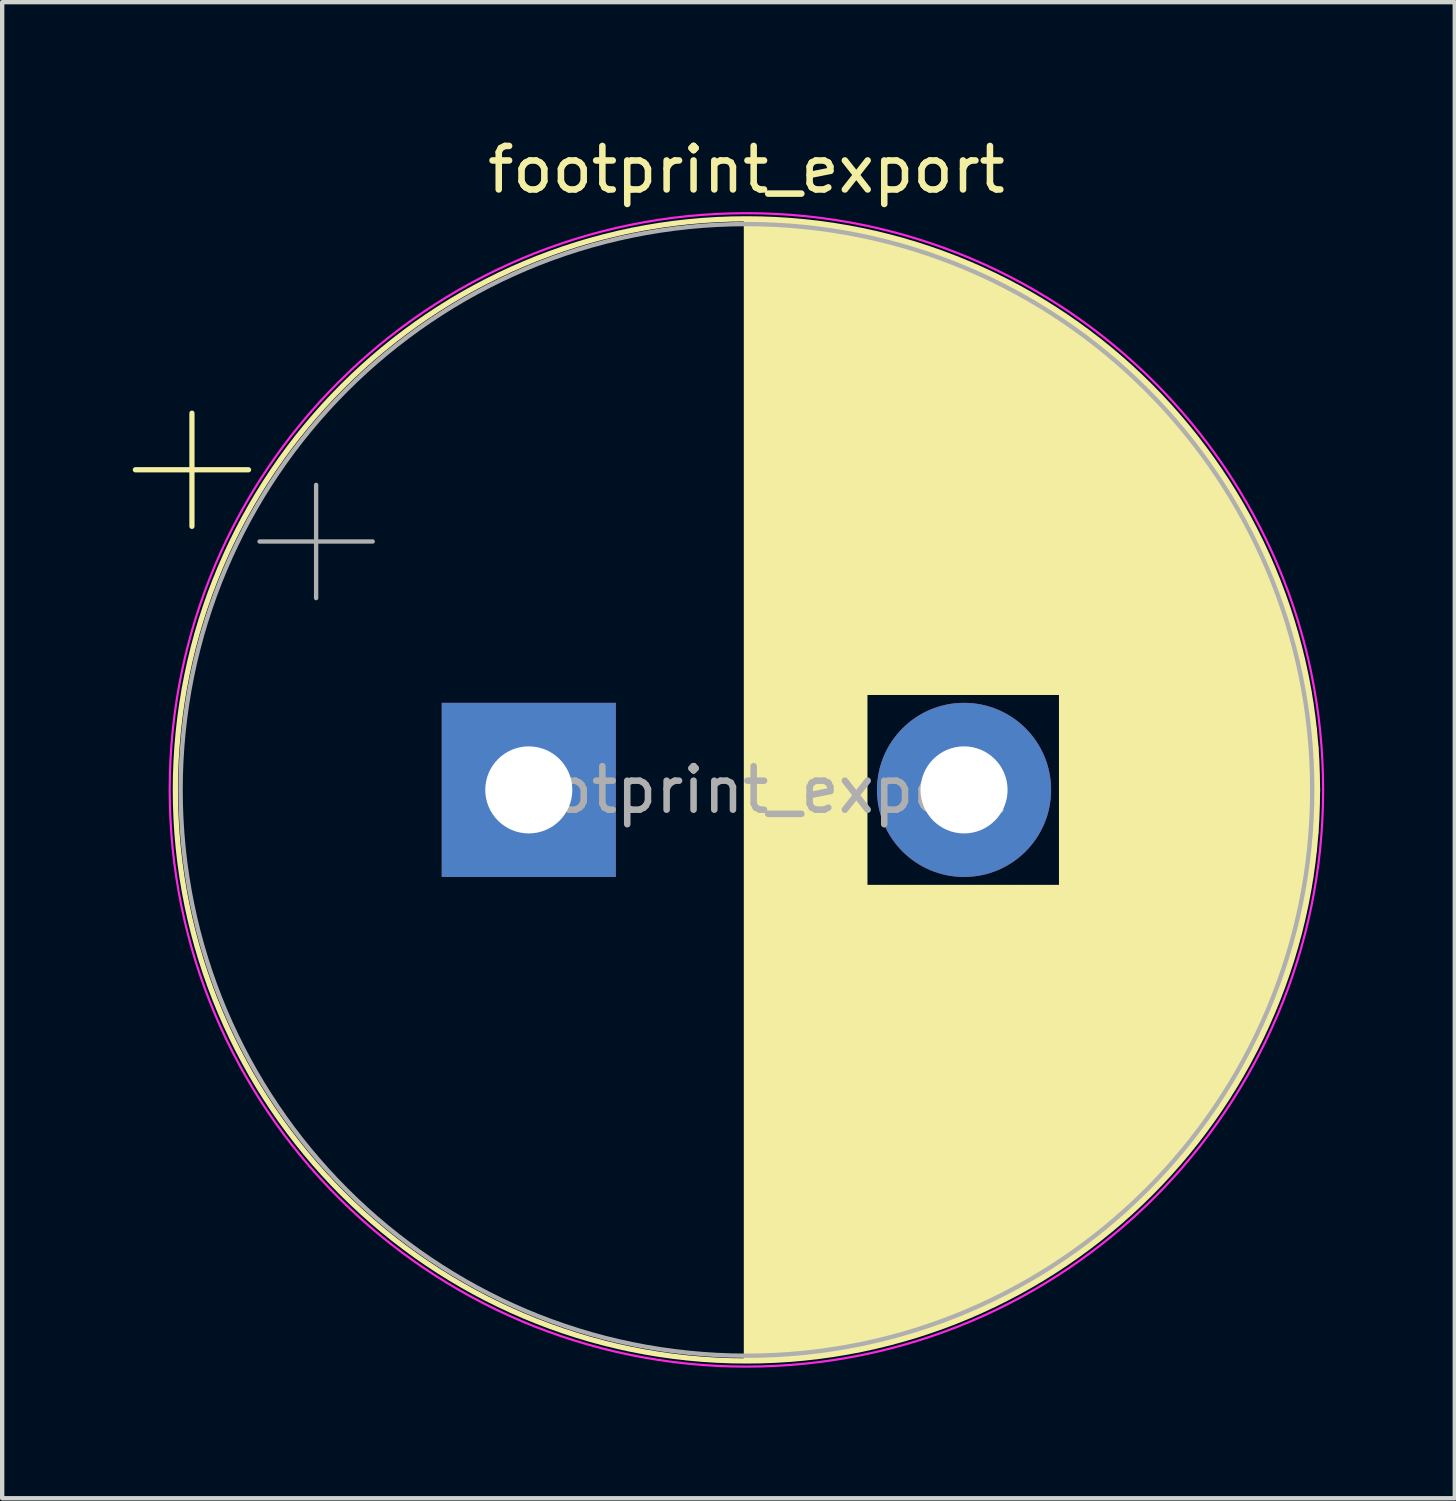
<source format=kicad_pcb>
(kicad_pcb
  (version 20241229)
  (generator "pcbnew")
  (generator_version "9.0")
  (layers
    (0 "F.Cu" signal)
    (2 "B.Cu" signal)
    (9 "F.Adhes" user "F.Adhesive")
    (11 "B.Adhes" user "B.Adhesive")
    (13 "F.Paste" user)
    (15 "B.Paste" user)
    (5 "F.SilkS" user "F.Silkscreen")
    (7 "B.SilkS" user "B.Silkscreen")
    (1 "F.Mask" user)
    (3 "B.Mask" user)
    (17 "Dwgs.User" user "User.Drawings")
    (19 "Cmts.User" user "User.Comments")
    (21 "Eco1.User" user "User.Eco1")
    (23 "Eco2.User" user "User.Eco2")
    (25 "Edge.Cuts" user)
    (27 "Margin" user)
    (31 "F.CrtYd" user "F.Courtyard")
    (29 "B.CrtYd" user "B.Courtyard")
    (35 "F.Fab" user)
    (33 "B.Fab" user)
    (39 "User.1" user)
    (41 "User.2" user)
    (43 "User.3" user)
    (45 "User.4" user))
  (footprint "footprint_export"
    (layer "F.Cu")
    (at 9.099 15.098)
    (property "Reference" "footprint_export" (at 5 -14.25 0) (layer "F.SilkS") (effects (font (size 1 1) (thickness 0.15))))
    (attr through_hole)
    (fp_line (start -9.039 -7.355) (end -6.439 -7.355) (stroke (width 0.12) (type solid)) (layer "F.SilkS"))
    (fp_line (start -7.739 -8.655) (end -7.739 -6.055) (stroke (width 0.12) (type solid)) (layer "F.SilkS"))
    (fp_line (start 5 -13.081) (end 5 13.081) (stroke (width 0.12) (type solid)) (layer "F.SilkS"))
    (fp_line (start 5.04 -13.08) (end 5.04 13.08) (stroke (width 0.12) (type solid)) (layer "F.SilkS"))
    (fp_line (start 5.08 -13.08) (end 5.08 13.08) (stroke (width 0.12) (type solid)) (layer "F.SilkS"))
    (fp_line (start 5.12 -13.08) (end 5.12 13.08) (stroke (width 0.12) (type solid)) (layer "F.SilkS"))
    (fp_line (start 5.16 -13.08) (end 5.16 13.08) (stroke (width 0.12) (type solid)) (layer "F.SilkS"))
    (fp_line (start 5.2 -13.079) (end 5.2 13.079) (stroke (width 0.12) (type solid)) (layer "F.SilkS"))
    (fp_line (start 5.24 -13.078) (end 5.24 13.078) (stroke (width 0.12) (type solid)) (layer "F.SilkS"))
    (fp_line (start 5.28 -13.078) (end 5.28 13.078) (stroke (width 0.12) (type solid)) (layer "F.SilkS"))
    (fp_line (start 5.32 -13.077) (end 5.32 13.077) (stroke (width 0.12) (type solid)) (layer "F.SilkS"))
    (fp_line (start 5.36 -13.076) (end 5.36 13.076) (stroke (width 0.12) (type solid)) (layer "F.SilkS"))
    (fp_line (start 5.4 -13.074) (end 5.4 13.074) (stroke (width 0.12) (type solid)) (layer "F.SilkS"))
    (fp_line (start 5.44 -13.073) (end 5.44 13.073) (stroke (width 0.12) (type solid)) (layer "F.SilkS"))
    (fp_line (start 5.48 -13.072) (end 5.48 13.072) (stroke (width 0.12) (type solid)) (layer "F.SilkS"))
    (fp_line (start 5.52 -13.07) (end 5.52 13.07) (stroke (width 0.12) (type solid)) (layer "F.SilkS"))
    (fp_line (start 5.56 -13.069) (end 5.56 13.069) (stroke (width 0.12) (type solid)) (layer "F.SilkS"))
    (fp_line (start 5.6 -13.067) (end 5.6 13.067) (stroke (width 0.12) (type solid)) (layer "F.SilkS"))
    (fp_line (start 5.64 -13.065) (end 5.64 13.065) (stroke (width 0.12) (type solid)) (layer "F.SilkS"))
    (fp_line (start 5.68 -13.063) (end 5.68 13.063) (stroke (width 0.12) (type solid)) (layer "F.SilkS"))
    (fp_line (start 5.721 -13.061) (end 5.721 13.061) (stroke (width 0.12) (type solid)) (layer "F.SilkS"))
    (fp_line (start 5.761 -13.058) (end 5.761 13.058) (stroke (width 0.12) (type solid)) (layer "F.SilkS"))
    (fp_line (start 5.801 -13.056) (end 5.801 13.056) (stroke (width 0.12) (type solid)) (layer "F.SilkS"))
    (fp_line (start 5.841 -13.054) (end 5.841 13.054) (stroke (width 0.12) (type solid)) (layer "F.SilkS"))
    (fp_line (start 5.881 -13.051) (end 5.881 13.051) (stroke (width 0.12) (type solid)) (layer "F.SilkS"))
    (fp_line (start 5.921 -13.048) (end 5.921 13.048) (stroke (width 0.12) (type solid)) (layer "F.SilkS"))
    (fp_line (start 5.961 -13.045) (end 5.961 13.045) (stroke (width 0.12) (type solid)) (layer "F.SilkS"))
    (fp_line (start 6.001 -13.042) (end 6.001 13.042) (stroke (width 0.12) (type solid)) (layer "F.SilkS"))
    (fp_line (start 6.041 -13.039) (end 6.041 13.039) (stroke (width 0.12) (type solid)) (layer "F.SilkS"))
    (fp_line (start 6.081 -13.036) (end 6.081 13.036) (stroke (width 0.12) (type solid)) (layer "F.SilkS"))
    (fp_line (start 6.121 -13.033) (end 6.121 13.033) (stroke (width 0.12) (type solid)) (layer "F.SilkS"))
    (fp_line (start 6.161 -13.029) (end 6.161 13.029) (stroke (width 0.12) (type solid)) (layer "F.SilkS"))
    (fp_line (start 6.201 -13.026) (end 6.201 13.026) (stroke (width 0.12) (type solid)) (layer "F.SilkS"))
    (fp_line (start 6.241 -13.022) (end 6.241 13.022) (stroke (width 0.12) (type solid)) (layer "F.SilkS"))
    (fp_line (start 6.281 -13.018) (end 6.281 13.018) (stroke (width 0.12) (type solid)) (layer "F.SilkS"))
    (fp_line (start 6.321 -13.014) (end 6.321 13.014) (stroke (width 0.12) (type solid)) (layer "F.SilkS"))
    (fp_line (start 6.361 -13.01) (end 6.361 13.01) (stroke (width 0.12) (type solid)) (layer "F.SilkS"))
    (fp_line (start 6.401 -13.006) (end 6.401 13.006) (stroke (width 0.12) (type solid)) (layer "F.SilkS"))
    (fp_line (start 6.441 -13.001) (end 6.441 13.001) (stroke (width 0.12) (type solid)) (layer "F.SilkS"))
    (fp_line (start 6.481 -12.997) (end 6.481 12.997) (stroke (width 0.12) (type solid)) (layer "F.SilkS"))
    (fp_line (start 6.521 -12.992) (end 6.521 12.992) (stroke (width 0.12) (type solid)) (layer "F.SilkS"))
    (fp_line (start 6.561 -12.987) (end 6.561 12.987) (stroke (width 0.12) (type solid)) (layer "F.SilkS"))
    (fp_line (start 6.601 -12.983) (end 6.601 12.983) (stroke (width 0.12) (type solid)) (layer "F.SilkS"))
    (fp_line (start 6.641 -12.978) (end 6.641 12.978) (stroke (width 0.12) (type solid)) (layer "F.SilkS"))
    (fp_line (start 6.681 -12.972) (end 6.681 12.972) (stroke (width 0.12) (type solid)) (layer "F.SilkS"))
    (fp_line (start 6.721 -12.967) (end 6.721 12.967) (stroke (width 0.12) (type solid)) (layer "F.SilkS"))
    (fp_line (start 6.761 -12.962) (end 6.761 12.962) (stroke (width 0.12) (type solid)) (layer "F.SilkS"))
    (fp_line (start 6.801 -12.956) (end 6.801 12.956) (stroke (width 0.12) (type solid)) (layer "F.SilkS"))
    (fp_line (start 6.841 -12.951) (end 6.841 12.951) (stroke (width 0.12) (type solid)) (layer "F.SilkS"))
    (fp_line (start 6.881 -12.945) (end 6.881 12.945) (stroke (width 0.12) (type solid)) (layer "F.SilkS"))
    (fp_line (start 6.921 -12.939) (end 6.921 12.939) (stroke (width 0.12) (type solid)) (layer "F.SilkS"))
    (fp_line (start 6.961 -12.933) (end 6.961 12.933) (stroke (width 0.12) (type solid)) (layer "F.SilkS"))
    (fp_line (start 7.001 -12.927) (end 7.001 12.927) (stroke (width 0.12) (type solid)) (layer "F.SilkS"))
    (fp_line (start 7.041 -12.921) (end 7.041 12.921) (stroke (width 0.12) (type solid)) (layer "F.SilkS"))
    (fp_line (start 7.081 -12.915) (end 7.081 12.915) (stroke (width 0.12) (type solid)) (layer "F.SilkS"))
    (fp_line (start 7.121 -12.908) (end 7.121 12.908) (stroke (width 0.12) (type solid)) (layer "F.SilkS"))
    (fp_line (start 7.161 -12.901) (end 7.161 12.901) (stroke (width 0.12) (type solid)) (layer "F.SilkS"))
    (fp_line (start 7.201 -12.895) (end 7.201 12.895) (stroke (width 0.12) (type solid)) (layer "F.SilkS"))
    (fp_line (start 7.241 -12.888) (end 7.241 12.888) (stroke (width 0.12) (type solid)) (layer "F.SilkS"))
    (fp_line (start 7.281 -12.881) (end 7.281 12.881) (stroke (width 0.12) (type solid)) (layer "F.SilkS"))
    (fp_line (start 7.321 -12.874) (end 7.321 12.874) (stroke (width 0.12) (type solid)) (layer "F.SilkS"))
    (fp_line (start 7.361 -12.866) (end 7.361 12.866) (stroke (width 0.12) (type solid)) (layer "F.SilkS"))
    (fp_line (start 7.401 -12.859) (end 7.401 12.859) (stroke (width 0.12) (type solid)) (layer "F.SilkS"))
    (fp_line (start 7.441 -12.852) (end 7.441 12.852) (stroke (width 0.12) (type solid)) (layer "F.SilkS"))
    (fp_line (start 7.481 -12.844) (end 7.481 12.844) (stroke (width 0.12) (type solid)) (layer "F.SilkS"))
    (fp_line (start 7.521 -12.836) (end 7.521 12.836) (stroke (width 0.12) (type solid)) (layer "F.SilkS"))
    (fp_line (start 7.561 -12.828) (end 7.561 12.828) (stroke (width 0.12) (type solid)) (layer "F.SilkS"))
    (fp_line (start 7.601 -12.82) (end 7.601 12.82) (stroke (width 0.12) (type solid)) (layer "F.SilkS"))
    (fp_line (start 7.641 -12.812) (end 7.641 12.812) (stroke (width 0.12) (type solid)) (layer "F.SilkS"))
    (fp_line (start 7.681 -12.804) (end 7.681 12.804) (stroke (width 0.12) (type solid)) (layer "F.SilkS"))
    (fp_line (start 7.721 -12.795) (end 7.721 12.795) (stroke (width 0.12) (type solid)) (layer "F.SilkS"))
    (fp_line (start 7.761 -12.787) (end 7.761 -2.24) (stroke (width 0.12) (type solid)) (layer "F.SilkS"))
    (fp_line (start 7.761 2.24) (end 7.761 12.787) (stroke (width 0.12) (type solid)) (layer "F.SilkS"))
    (fp_line (start 7.801 -12.778) (end 7.801 -2.24) (stroke (width 0.12) (type solid)) (layer "F.SilkS"))
    (fp_line (start 7.801 2.24) (end 7.801 12.778) (stroke (width 0.12) (type solid)) (layer "F.SilkS"))
    (fp_line (start 7.841 -12.769) (end 7.841 -2.24) (stroke (width 0.12) (type solid)) (layer "F.SilkS"))
    (fp_line (start 7.841 2.24) (end 7.841 12.769) (stroke (width 0.12) (type solid)) (layer "F.SilkS"))
    (fp_line (start 7.881 -12.761) (end 7.881 -2.24) (stroke (width 0.12) (type solid)) (layer "F.SilkS"))
    (fp_line (start 7.881 2.24) (end 7.881 12.761) (stroke (width 0.12) (type solid)) (layer "F.SilkS"))
    (fp_line (start 7.921 -12.751) (end 7.921 -2.24) (stroke (width 0.12) (type solid)) (layer "F.SilkS"))
    (fp_line (start 7.921 2.24) (end 7.921 12.751) (stroke (width 0.12) (type solid)) (layer "F.SilkS"))
    (fp_line (start 7.961 -12.742) (end 7.961 -2.24) (stroke (width 0.12) (type solid)) (layer "F.SilkS"))
    (fp_line (start 7.961 2.24) (end 7.961 12.742) (stroke (width 0.12) (type solid)) (layer "F.SilkS"))
    (fp_line (start 8.001 -12.733) (end 8.001 -2.24) (stroke (width 0.12) (type solid)) (layer "F.SilkS"))
    (fp_line (start 8.001 2.24) (end 8.001 12.733) (stroke (width 0.12) (type solid)) (layer "F.SilkS"))
    (fp_line (start 8.041 -12.723) (end 8.041 -2.24) (stroke (width 0.12) (type solid)) (layer "F.SilkS"))
    (fp_line (start 8.041 2.24) (end 8.041 12.723) (stroke (width 0.12) (type solid)) (layer "F.SilkS"))
    (fp_line (start 8.081 -12.714) (end 8.081 -2.24) (stroke (width 0.12) (type solid)) (layer "F.SilkS"))
    (fp_line (start 8.081 2.24) (end 8.081 12.714) (stroke (width 0.12) (type solid)) (layer "F.SilkS"))
    (fp_line (start 8.121 -12.704) (end 8.121 -2.24) (stroke (width 0.12) (type solid)) (layer "F.SilkS"))
    (fp_line (start 8.121 2.24) (end 8.121 12.704) (stroke (width 0.12) (type solid)) (layer "F.SilkS"))
    (fp_line (start 8.161 -12.694) (end 8.161 -2.24) (stroke (width 0.12) (type solid)) (layer "F.SilkS"))
    (fp_line (start 8.161 2.24) (end 8.161 12.694) (stroke (width 0.12) (type solid)) (layer "F.SilkS"))
    (fp_line (start 8.201 -12.684) (end 8.201 -2.24) (stroke (width 0.12) (type solid)) (layer "F.SilkS"))
    (fp_line (start 8.201 2.24) (end 8.201 12.684) (stroke (width 0.12) (type solid)) (layer "F.SilkS"))
    (fp_line (start 8.241 -12.674) (end 8.241 -2.24) (stroke (width 0.12) (type solid)) (layer "F.SilkS"))
    (fp_line (start 8.241 2.24) (end 8.241 12.674) (stroke (width 0.12) (type solid)) (layer "F.SilkS"))
    (fp_line (start 8.281 -12.664) (end 8.281 -2.24) (stroke (width 0.12) (type solid)) (layer "F.SilkS"))
    (fp_line (start 8.281 2.24) (end 8.281 12.664) (stroke (width 0.12) (type solid)) (layer "F.SilkS"))
    (fp_line (start 8.321 -12.653) (end 8.321 -2.24) (stroke (width 0.12) (type solid)) (layer "F.SilkS"))
    (fp_line (start 8.321 2.24) (end 8.321 12.653) (stroke (width 0.12) (type solid)) (layer "F.SilkS"))
    (fp_line (start 8.361 -12.643) (end 8.361 -2.24) (stroke (width 0.12) (type solid)) (layer "F.SilkS"))
    (fp_line (start 8.361 2.24) (end 8.361 12.643) (stroke (width 0.12) (type solid)) (layer "F.SilkS"))
    (fp_line (start 8.401 -12.632) (end 8.401 -2.24) (stroke (width 0.12) (type solid)) (layer "F.SilkS"))
    (fp_line (start 8.401 2.24) (end 8.401 12.632) (stroke (width 0.12) (type solid)) (layer "F.SilkS"))
    (fp_line (start 8.441 -12.621) (end 8.441 -2.24) (stroke (width 0.12) (type solid)) (layer "F.SilkS"))
    (fp_line (start 8.441 2.24) (end 8.441 12.621) (stroke (width 0.12) (type solid)) (layer "F.SilkS"))
    (fp_line (start 8.481 -12.611) (end 8.481 -2.24) (stroke (width 0.12) (type solid)) (layer "F.SilkS"))
    (fp_line (start 8.481 2.24) (end 8.481 12.611) (stroke (width 0.12) (type solid)) (layer "F.SilkS"))
    (fp_line (start 8.521 -12.599) (end 8.521 -2.24) (stroke (width 0.12) (type solid)) (layer "F.SilkS"))
    (fp_line (start 8.521 2.24) (end 8.521 12.599) (stroke (width 0.12) (type solid)) (layer "F.SilkS"))
    (fp_line (start 8.561 -12.588) (end 8.561 -2.24) (stroke (width 0.12) (type solid)) (layer "F.SilkS"))
    (fp_line (start 8.561 2.24) (end 8.561 12.588) (stroke (width 0.12) (type solid)) (layer "F.SilkS"))
    (fp_line (start 8.601 -12.577) (end 8.601 -2.24) (stroke (width 0.12) (type solid)) (layer "F.SilkS"))
    (fp_line (start 8.601 2.24) (end 8.601 12.577) (stroke (width 0.12) (type solid)) (layer "F.SilkS"))
    (fp_line (start 8.641 -12.565) (end 8.641 -2.24) (stroke (width 0.12) (type solid)) (layer "F.SilkS"))
    (fp_line (start 8.641 2.24) (end 8.641 12.565) (stroke (width 0.12) (type solid)) (layer "F.SilkS"))
    (fp_line (start 8.681 -12.554) (end 8.681 -2.24) (stroke (width 0.12) (type solid)) (layer "F.SilkS"))
    (fp_line (start 8.681 2.24) (end 8.681 12.554) (stroke (width 0.12) (type solid)) (layer "F.SilkS"))
    (fp_line (start 8.721 -12.542) (end 8.721 -2.24) (stroke (width 0.12) (type solid)) (layer "F.SilkS"))
    (fp_line (start 8.721 2.24) (end 8.721 12.542) (stroke (width 0.12) (type solid)) (layer "F.SilkS"))
    (fp_line (start 8.761 -12.53) (end 8.761 -2.24) (stroke (width 0.12) (type solid)) (layer "F.SilkS"))
    (fp_line (start 8.761 2.24) (end 8.761 12.53) (stroke (width 0.12) (type solid)) (layer "F.SilkS"))
    (fp_line (start 8.801 -12.518) (end 8.801 -2.24) (stroke (width 0.12) (type solid)) (layer "F.SilkS"))
    (fp_line (start 8.801 2.24) (end 8.801 12.518) (stroke (width 0.12) (type solid)) (layer "F.SilkS"))
    (fp_line (start 8.841 -12.506) (end 8.841 -2.24) (stroke (width 0.12) (type solid)) (layer "F.SilkS"))
    (fp_line (start 8.841 2.24) (end 8.841 12.506) (stroke (width 0.12) (type solid)) (layer "F.SilkS"))
    (fp_line (start 8.881 -12.494) (end 8.881 -2.24) (stroke (width 0.12) (type solid)) (layer "F.SilkS"))
    (fp_line (start 8.881 2.24) (end 8.881 12.494) (stroke (width 0.12) (type solid)) (layer "F.SilkS"))
    (fp_line (start 8.921 -12.481) (end 8.921 -2.24) (stroke (width 0.12) (type solid)) (layer "F.SilkS"))
    (fp_line (start 8.921 2.24) (end 8.921 12.481) (stroke (width 0.12) (type solid)) (layer "F.SilkS"))
    (fp_line (start 8.961 -12.469) (end 8.961 -2.24) (stroke (width 0.12) (type solid)) (layer "F.SilkS"))
    (fp_line (start 8.961 2.24) (end 8.961 12.469) (stroke (width 0.12) (type solid)) (layer "F.SilkS"))
    (fp_line (start 9.001 -12.456) (end 9.001 -2.24) (stroke (width 0.12) (type solid)) (layer "F.SilkS"))
    (fp_line (start 9.001 2.24) (end 9.001 12.456) (stroke (width 0.12) (type solid)) (layer "F.SilkS"))
    (fp_line (start 9.041 -12.443) (end 9.041 -2.24) (stroke (width 0.12) (type solid)) (layer "F.SilkS"))
    (fp_line (start 9.041 2.24) (end 9.041 12.443) (stroke (width 0.12) (type solid)) (layer "F.SilkS"))
    (fp_line (start 9.081 -12.43) (end 9.081 -2.24) (stroke (width 0.12) (type solid)) (layer "F.SilkS"))
    (fp_line (start 9.081 2.24) (end 9.081 12.43) (stroke (width 0.12) (type solid)) (layer "F.SilkS"))
    (fp_line (start 9.121 -12.417) (end 9.121 -2.24) (stroke (width 0.12) (type solid)) (layer "F.SilkS"))
    (fp_line (start 9.121 2.24) (end 9.121 12.417) (stroke (width 0.12) (type solid)) (layer "F.SilkS"))
    (fp_line (start 9.161 -12.404) (end 9.161 -2.24) (stroke (width 0.12) (type solid)) (layer "F.SilkS"))
    (fp_line (start 9.161 2.24) (end 9.161 12.404) (stroke (width 0.12) (type solid)) (layer "F.SilkS"))
    (fp_line (start 9.201 -12.39) (end 9.201 -2.24) (stroke (width 0.12) (type solid)) (layer "F.SilkS"))
    (fp_line (start 9.201 2.24) (end 9.201 12.39) (stroke (width 0.12) (type solid)) (layer "F.SilkS"))
    (fp_line (start 9.241 -12.376) (end 9.241 -2.24) (stroke (width 0.12) (type solid)) (layer "F.SilkS"))
    (fp_line (start 9.241 2.24) (end 9.241 12.376) (stroke (width 0.12) (type solid)) (layer "F.SilkS"))
    (fp_line (start 9.281 -12.363) (end 9.281 -2.24) (stroke (width 0.12) (type solid)) (layer "F.SilkS"))
    (fp_line (start 9.281 2.24) (end 9.281 12.363) (stroke (width 0.12) (type solid)) (layer "F.SilkS"))
    (fp_line (start 9.321 -12.349) (end 9.321 -2.24) (stroke (width 0.12) (type solid)) (layer "F.SilkS"))
    (fp_line (start 9.321 2.24) (end 9.321 12.349) (stroke (width 0.12) (type solid)) (layer "F.SilkS"))
    (fp_line (start 9.361 -12.335) (end 9.361 -2.24) (stroke (width 0.12) (type solid)) (layer "F.SilkS"))
    (fp_line (start 9.361 2.24) (end 9.361 12.335) (stroke (width 0.12) (type solid)) (layer "F.SilkS"))
    (fp_line (start 9.401 -12.321) (end 9.401 -2.24) (stroke (width 0.12) (type solid)) (layer "F.SilkS"))
    (fp_line (start 9.401 2.24) (end 9.401 12.321) (stroke (width 0.12) (type solid)) (layer "F.SilkS"))
    (fp_line (start 9.441 -12.306) (end 9.441 -2.24) (stroke (width 0.12) (type solid)) (layer "F.SilkS"))
    (fp_line (start 9.441 2.24) (end 9.441 12.306) (stroke (width 0.12) (type solid)) (layer "F.SilkS"))
    (fp_line (start 9.481 -12.292) (end 9.481 -2.24) (stroke (width 0.12) (type solid)) (layer "F.SilkS"))
    (fp_line (start 9.481 2.24) (end 9.481 12.292) (stroke (width 0.12) (type solid)) (layer "F.SilkS"))
    (fp_line (start 9.521 -12.277) (end 9.521 -2.24) (stroke (width 0.12) (type solid)) (layer "F.SilkS"))
    (fp_line (start 9.521 2.24) (end 9.521 12.277) (stroke (width 0.12) (type solid)) (layer "F.SilkS"))
    (fp_line (start 9.561 -12.263) (end 9.561 -2.24) (stroke (width 0.12) (type solid)) (layer "F.SilkS"))
    (fp_line (start 9.561 2.24) (end 9.561 12.263) (stroke (width 0.12) (type solid)) (layer "F.SilkS"))
    (fp_line (start 9.601 -12.248) (end 9.601 -2.24) (stroke (width 0.12) (type solid)) (layer "F.SilkS"))
    (fp_line (start 9.601 2.24) (end 9.601 12.248) (stroke (width 0.12) (type solid)) (layer "F.SilkS"))
    (fp_line (start 9.641 -12.233) (end 9.641 -2.24) (stroke (width 0.12) (type solid)) (layer "F.SilkS"))
    (fp_line (start 9.641 2.24) (end 9.641 12.233) (stroke (width 0.12) (type solid)) (layer "F.SilkS"))
    (fp_line (start 9.681 -12.217) (end 9.681 -2.24) (stroke (width 0.12) (type solid)) (layer "F.SilkS"))
    (fp_line (start 9.681 2.24) (end 9.681 12.217) (stroke (width 0.12) (type solid)) (layer "F.SilkS"))
    (fp_line (start 9.721 -12.202) (end 9.721 -2.24) (stroke (width 0.12) (type solid)) (layer "F.SilkS"))
    (fp_line (start 9.721 2.24) (end 9.721 12.202) (stroke (width 0.12) (type solid)) (layer "F.SilkS"))
    (fp_line (start 9.761 -12.187) (end 9.761 -2.24) (stroke (width 0.12) (type solid)) (layer "F.SilkS"))
    (fp_line (start 9.761 2.24) (end 9.761 12.187) (stroke (width 0.12) (type solid)) (layer "F.SilkS"))
    (fp_line (start 9.801 -12.171) (end 9.801 -2.24) (stroke (width 0.12) (type solid)) (layer "F.SilkS"))
    (fp_line (start 9.801 2.24) (end 9.801 12.171) (stroke (width 0.12) (type solid)) (layer "F.SilkS"))
    (fp_line (start 9.841 -12.155) (end 9.841 -2.24) (stroke (width 0.12) (type solid)) (layer "F.SilkS"))
    (fp_line (start 9.841 2.24) (end 9.841 12.155) (stroke (width 0.12) (type solid)) (layer "F.SilkS"))
    (fp_line (start 9.881 -12.139) (end 9.881 -2.24) (stroke (width 0.12) (type solid)) (layer "F.SilkS"))
    (fp_line (start 9.881 2.24) (end 9.881 12.139) (stroke (width 0.12) (type solid)) (layer "F.SilkS"))
    (fp_line (start 9.921 -12.123) (end 9.921 -2.24) (stroke (width 0.12) (type solid)) (layer "F.SilkS"))
    (fp_line (start 9.921 2.24) (end 9.921 12.123) (stroke (width 0.12) (type solid)) (layer "F.SilkS"))
    (fp_line (start 9.961 -12.107) (end 9.961 -2.24) (stroke (width 0.12) (type solid)) (layer "F.SilkS"))
    (fp_line (start 9.961 2.24) (end 9.961 12.107) (stroke (width 0.12) (type solid)) (layer "F.SilkS"))
    (fp_line (start 10.001 -12.09) (end 10.001 -2.24) (stroke (width 0.12) (type solid)) (layer "F.SilkS"))
    (fp_line (start 10.001 2.24) (end 10.001 12.09) (stroke (width 0.12) (type solid)) (layer "F.SilkS"))
    (fp_line (start 10.041 -12.074) (end 10.041 -2.24) (stroke (width 0.12) (type solid)) (layer "F.SilkS"))
    (fp_line (start 10.041 2.24) (end 10.041 12.074) (stroke (width 0.12) (type solid)) (layer "F.SilkS"))
    (fp_line (start 10.081 -12.057) (end 10.081 -2.24) (stroke (width 0.12) (type solid)) (layer "F.SilkS"))
    (fp_line (start 10.081 2.24) (end 10.081 12.057) (stroke (width 0.12) (type solid)) (layer "F.SilkS"))
    (fp_line (start 10.121 -12.04) (end 10.121 -2.24) (stroke (width 0.12) (type solid)) (layer "F.SilkS"))
    (fp_line (start 10.121 2.24) (end 10.121 12.04) (stroke (width 0.12) (type solid)) (layer "F.SilkS"))
    (fp_line (start 10.161 -12.023) (end 10.161 -2.24) (stroke (width 0.12) (type solid)) (layer "F.SilkS"))
    (fp_line (start 10.161 2.24) (end 10.161 12.023) (stroke (width 0.12) (type solid)) (layer "F.SilkS"))
    (fp_line (start 10.201 -12.006) (end 10.201 -2.24) (stroke (width 0.12) (type solid)) (layer "F.SilkS"))
    (fp_line (start 10.201 2.24) (end 10.201 12.006) (stroke (width 0.12) (type solid)) (layer "F.SilkS"))
    (fp_line (start 10.241 -11.989) (end 10.241 -2.24) (stroke (width 0.12) (type solid)) (layer "F.SilkS"))
    (fp_line (start 10.241 2.24) (end 10.241 11.989) (stroke (width 0.12) (type solid)) (layer "F.SilkS"))
    (fp_line (start 10.281 -11.971) (end 10.281 -2.24) (stroke (width 0.12) (type solid)) (layer "F.SilkS"))
    (fp_line (start 10.281 2.24) (end 10.281 11.971) (stroke (width 0.12) (type solid)) (layer "F.SilkS"))
    (fp_line (start 10.321 -11.953) (end 10.321 -2.24) (stroke (width 0.12) (type solid)) (layer "F.SilkS"))
    (fp_line (start 10.321 2.24) (end 10.321 11.953) (stroke (width 0.12) (type solid)) (layer "F.SilkS"))
    (fp_line (start 10.361 -11.936) (end 10.361 -2.24) (stroke (width 0.12) (type solid)) (layer "F.SilkS"))
    (fp_line (start 10.361 2.24) (end 10.361 11.936) (stroke (width 0.12) (type solid)) (layer "F.SilkS"))
    (fp_line (start 10.401 -11.918) (end 10.401 -2.24) (stroke (width 0.12) (type solid)) (layer "F.SilkS"))
    (fp_line (start 10.401 2.24) (end 10.401 11.918) (stroke (width 0.12) (type solid)) (layer "F.SilkS"))
    (fp_line (start 10.441 -11.9) (end 10.441 -2.24) (stroke (width 0.12) (type solid)) (layer "F.SilkS"))
    (fp_line (start 10.441 2.24) (end 10.441 11.9) (stroke (width 0.12) (type solid)) (layer "F.SilkS"))
    (fp_line (start 10.481 -11.881) (end 10.481 -2.24) (stroke (width 0.12) (type solid)) (layer "F.SilkS"))
    (fp_line (start 10.481 2.24) (end 10.481 11.881) (stroke (width 0.12) (type solid)) (layer "F.SilkS"))
    (fp_line (start 10.521 -11.863) (end 10.521 -2.24) (stroke (width 0.12) (type solid)) (layer "F.SilkS"))
    (fp_line (start 10.521 2.24) (end 10.521 11.863) (stroke (width 0.12) (type solid)) (layer "F.SilkS"))
    (fp_line (start 10.561 -11.844) (end 10.561 -2.24) (stroke (width 0.12) (type solid)) (layer "F.SilkS"))
    (fp_line (start 10.561 2.24) (end 10.561 11.844) (stroke (width 0.12) (type solid)) (layer "F.SilkS"))
    (fp_line (start 10.601 -11.825) (end 10.601 -2.24) (stroke (width 0.12) (type solid)) (layer "F.SilkS"))
    (fp_line (start 10.601 2.24) (end 10.601 11.825) (stroke (width 0.12) (type solid)) (layer "F.SilkS"))
    (fp_line (start 10.641 -11.806) (end 10.641 -2.24) (stroke (width 0.12) (type solid)) (layer "F.SilkS"))
    (fp_line (start 10.641 2.24) (end 10.641 11.806) (stroke (width 0.12) (type solid)) (layer "F.SilkS"))
    (fp_line (start 10.681 -11.787) (end 10.681 -2.24) (stroke (width 0.12) (type solid)) (layer "F.SilkS"))
    (fp_line (start 10.681 2.24) (end 10.681 11.787) (stroke (width 0.12) (type solid)) (layer "F.SilkS"))
    (fp_line (start 10.721 -11.768) (end 10.721 -2.24) (stroke (width 0.12) (type solid)) (layer "F.SilkS"))
    (fp_line (start 10.721 2.24) (end 10.721 11.768) (stroke (width 0.12) (type solid)) (layer "F.SilkS"))
    (fp_line (start 10.761 -11.748) (end 10.761 -2.24) (stroke (width 0.12) (type solid)) (layer "F.SilkS"))
    (fp_line (start 10.761 2.24) (end 10.761 11.748) (stroke (width 0.12) (type solid)) (layer "F.SilkS"))
    (fp_line (start 10.801 -11.729) (end 10.801 -2.24) (stroke (width 0.12) (type solid)) (layer "F.SilkS"))
    (fp_line (start 10.801 2.24) (end 10.801 11.729) (stroke (width 0.12) (type solid)) (layer "F.SilkS"))
    (fp_line (start 10.841 -11.709) (end 10.841 -2.24) (stroke (width 0.12) (type solid)) (layer "F.SilkS"))
    (fp_line (start 10.841 2.24) (end 10.841 11.709) (stroke (width 0.12) (type solid)) (layer "F.SilkS"))
    (fp_line (start 10.881 -11.689) (end 10.881 -2.24) (stroke (width 0.12) (type solid)) (layer "F.SilkS"))
    (fp_line (start 10.881 2.24) (end 10.881 11.689) (stroke (width 0.12) (type solid)) (layer "F.SilkS"))
    (fp_line (start 10.921 -11.669) (end 10.921 -2.24) (stroke (width 0.12) (type solid)) (layer "F.SilkS"))
    (fp_line (start 10.921 2.24) (end 10.921 11.669) (stroke (width 0.12) (type solid)) (layer "F.SilkS"))
    (fp_line (start 10.961 -11.649) (end 10.961 -2.24) (stroke (width 0.12) (type solid)) (layer "F.SilkS"))
    (fp_line (start 10.961 2.24) (end 10.961 11.649) (stroke (width 0.12) (type solid)) (layer "F.SilkS"))
    (fp_line (start 11.001 -11.628) (end 11.001 -2.24) (stroke (width 0.12) (type solid)) (layer "F.SilkS"))
    (fp_line (start 11.001 2.24) (end 11.001 11.628) (stroke (width 0.12) (type solid)) (layer "F.SilkS"))
    (fp_line (start 11.041 -11.608) (end 11.041 -2.24) (stroke (width 0.12) (type solid)) (layer "F.SilkS"))
    (fp_line (start 11.041 2.24) (end 11.041 11.608) (stroke (width 0.12) (type solid)) (layer "F.SilkS"))
    (fp_line (start 11.081 -11.587) (end 11.081 -2.24) (stroke (width 0.12) (type solid)) (layer "F.SilkS"))
    (fp_line (start 11.081 2.24) (end 11.081 11.587) (stroke (width 0.12) (type solid)) (layer "F.SilkS"))
    (fp_line (start 11.121 -11.566) (end 11.121 -2.24) (stroke (width 0.12) (type solid)) (layer "F.SilkS"))
    (fp_line (start 11.121 2.24) (end 11.121 11.566) (stroke (width 0.12) (type solid)) (layer "F.SilkS"))
    (fp_line (start 11.161 -11.544) (end 11.161 -2.24) (stroke (width 0.12) (type solid)) (layer "F.SilkS"))
    (fp_line (start 11.161 2.24) (end 11.161 11.544) (stroke (width 0.12) (type solid)) (layer "F.SilkS"))
    (fp_line (start 11.201 -11.523) (end 11.201 -2.24) (stroke (width 0.12) (type solid)) (layer "F.SilkS"))
    (fp_line (start 11.201 2.24) (end 11.201 11.523) (stroke (width 0.12) (type solid)) (layer "F.SilkS"))
    (fp_line (start 11.241 -11.502) (end 11.241 -2.24) (stroke (width 0.12) (type solid)) (layer "F.SilkS"))
    (fp_line (start 11.241 2.24) (end 11.241 11.502) (stroke (width 0.12) (type solid)) (layer "F.SilkS"))
    (fp_line (start 11.281 -11.48) (end 11.281 -2.24) (stroke (width 0.12) (type solid)) (layer "F.SilkS"))
    (fp_line (start 11.281 2.24) (end 11.281 11.48) (stroke (width 0.12) (type solid)) (layer "F.SilkS"))
    (fp_line (start 11.321 -11.458) (end 11.321 -2.24) (stroke (width 0.12) (type solid)) (layer "F.SilkS"))
    (fp_line (start 11.321 2.24) (end 11.321 11.458) (stroke (width 0.12) (type solid)) (layer "F.SilkS"))
    (fp_line (start 11.361 -11.436) (end 11.361 -2.24) (stroke (width 0.12) (type solid)) (layer "F.SilkS"))
    (fp_line (start 11.361 2.24) (end 11.361 11.436) (stroke (width 0.12) (type solid)) (layer "F.SilkS"))
    (fp_line (start 11.401 -11.414) (end 11.401 -2.24) (stroke (width 0.12) (type solid)) (layer "F.SilkS"))
    (fp_line (start 11.401 2.24) (end 11.401 11.414) (stroke (width 0.12) (type solid)) (layer "F.SilkS"))
    (fp_line (start 11.441 -11.391) (end 11.441 -2.24) (stroke (width 0.12) (type solid)) (layer "F.SilkS"))
    (fp_line (start 11.441 2.24) (end 11.441 11.391) (stroke (width 0.12) (type solid)) (layer "F.SilkS"))
    (fp_line (start 11.481 -11.369) (end 11.481 -2.24) (stroke (width 0.12) (type solid)) (layer "F.SilkS"))
    (fp_line (start 11.481 2.24) (end 11.481 11.369) (stroke (width 0.12) (type solid)) (layer "F.SilkS"))
    (fp_line (start 11.521 -11.346) (end 11.521 -2.24) (stroke (width 0.12) (type solid)) (layer "F.SilkS"))
    (fp_line (start 11.521 2.24) (end 11.521 11.346) (stroke (width 0.12) (type solid)) (layer "F.SilkS"))
    (fp_line (start 11.561 -11.323) (end 11.561 -2.24) (stroke (width 0.12) (type solid)) (layer "F.SilkS"))
    (fp_line (start 11.561 2.24) (end 11.561 11.323) (stroke (width 0.12) (type solid)) (layer "F.SilkS"))
    (fp_line (start 11.601 -11.3) (end 11.601 -2.24) (stroke (width 0.12) (type solid)) (layer "F.SilkS"))
    (fp_line (start 11.601 2.24) (end 11.601 11.3) (stroke (width 0.12) (type solid)) (layer "F.SilkS"))
    (fp_line (start 11.641 -11.276) (end 11.641 -2.24) (stroke (width 0.12) (type solid)) (layer "F.SilkS"))
    (fp_line (start 11.641 2.24) (end 11.641 11.276) (stroke (width 0.12) (type solid)) (layer "F.SilkS"))
    (fp_line (start 11.681 -11.253) (end 11.681 -2.24) (stroke (width 0.12) (type solid)) (layer "F.SilkS"))
    (fp_line (start 11.681 2.24) (end 11.681 11.253) (stroke (width 0.12) (type solid)) (layer "F.SilkS"))
    (fp_line (start 11.721 -11.229) (end 11.721 -2.24) (stroke (width 0.12) (type solid)) (layer "F.SilkS"))
    (fp_line (start 11.721 2.24) (end 11.721 11.229) (stroke (width 0.12) (type solid)) (layer "F.SilkS"))
    (fp_line (start 11.761 -11.205) (end 11.761 -2.24) (stroke (width 0.12) (type solid)) (layer "F.SilkS"))
    (fp_line (start 11.761 2.24) (end 11.761 11.205) (stroke (width 0.12) (type solid)) (layer "F.SilkS"))
    (fp_line (start 11.801 -11.181) (end 11.801 -2.24) (stroke (width 0.12) (type solid)) (layer "F.SilkS"))
    (fp_line (start 11.801 2.24) (end 11.801 11.181) (stroke (width 0.12) (type solid)) (layer "F.SilkS"))
    (fp_line (start 11.841 -11.156) (end 11.841 -2.24) (stroke (width 0.12) (type solid)) (layer "F.SilkS"))
    (fp_line (start 11.841 2.24) (end 11.841 11.156) (stroke (width 0.12) (type solid)) (layer "F.SilkS"))
    (fp_line (start 11.881 -11.132) (end 11.881 -2.24) (stroke (width 0.12) (type solid)) (layer "F.SilkS"))
    (fp_line (start 11.881 2.24) (end 11.881 11.132) (stroke (width 0.12) (type solid)) (layer "F.SilkS"))
    (fp_line (start 11.921 -11.107) (end 11.921 -2.24) (stroke (width 0.12) (type solid)) (layer "F.SilkS"))
    (fp_line (start 11.921 2.24) (end 11.921 11.107) (stroke (width 0.12) (type solid)) (layer "F.SilkS"))
    (fp_line (start 11.961 -11.082) (end 11.961 -2.24) (stroke (width 0.12) (type solid)) (layer "F.SilkS"))
    (fp_line (start 11.961 2.24) (end 11.961 11.082) (stroke (width 0.12) (type solid)) (layer "F.SilkS"))
    (fp_line (start 12.001 -11.057) (end 12.001 -2.24) (stroke (width 0.12) (type solid)) (layer "F.SilkS"))
    (fp_line (start 12.001 2.24) (end 12.001 11.057) (stroke (width 0.12) (type solid)) (layer "F.SilkS"))
    (fp_line (start 12.041 -11.032) (end 12.041 -2.24) (stroke (width 0.12) (type solid)) (layer "F.SilkS"))
    (fp_line (start 12.041 2.24) (end 12.041 11.032) (stroke (width 0.12) (type solid)) (layer "F.SilkS"))
    (fp_line (start 12.081 -11.006) (end 12.081 -2.24) (stroke (width 0.12) (type solid)) (layer "F.SilkS"))
    (fp_line (start 12.081 2.24) (end 12.081 11.006) (stroke (width 0.12) (type solid)) (layer "F.SilkS"))
    (fp_line (start 12.121 -10.98) (end 12.121 -2.24) (stroke (width 0.12) (type solid)) (layer "F.SilkS"))
    (fp_line (start 12.121 2.24) (end 12.121 10.98) (stroke (width 0.12) (type solid)) (layer "F.SilkS"))
    (fp_line (start 12.161 -10.955) (end 12.161 -2.24) (stroke (width 0.12) (type solid)) (layer "F.SilkS"))
    (fp_line (start 12.161 2.24) (end 12.161 10.955) (stroke (width 0.12) (type solid)) (layer "F.SilkS"))
    (fp_line (start 12.201 -10.928) (end 12.201 -2.24) (stroke (width 0.12) (type solid)) (layer "F.SilkS"))
    (fp_line (start 12.201 2.24) (end 12.201 10.928) (stroke (width 0.12) (type solid)) (layer "F.SilkS"))
    (fp_line (start 12.241 -10.902) (end 12.241 10.902) (stroke (width 0.12) (type solid)) (layer "F.SilkS"))
    (fp_line (start 12.281 -10.875) (end 12.281 10.875) (stroke (width 0.12) (type solid)) (layer "F.SilkS"))
    (fp_line (start 12.321 -10.849) (end 12.321 10.849) (stroke (width 0.12) (type solid)) (layer "F.SilkS"))
    (fp_line (start 12.361 -10.822) (end 12.361 10.822) (stroke (width 0.12) (type solid)) (layer "F.SilkS"))
    (fp_line (start 12.401 -10.794) (end 12.401 10.794) (stroke (width 0.12) (type solid)) (layer "F.SilkS"))
    (fp_line (start 12.441 -10.767) (end 12.441 10.767) (stroke (width 0.12) (type solid)) (layer "F.SilkS"))
    (fp_line (start 12.481 -10.739) (end 12.481 10.739) (stroke (width 0.12) (type solid)) (layer "F.SilkS"))
    (fp_line (start 12.521 -10.711) (end 12.521 10.711) (stroke (width 0.12) (type solid)) (layer "F.SilkS"))
    (fp_line (start 12.561 -10.683) (end 12.561 10.683) (stroke (width 0.12) (type solid)) (layer "F.SilkS"))
    (fp_line (start 12.601 -10.655) (end 12.601 10.655) (stroke (width 0.12) (type solid)) (layer "F.SilkS"))
    (fp_line (start 12.641 -10.627) (end 12.641 10.627) (stroke (width 0.12) (type solid)) (layer "F.SilkS"))
    (fp_line (start 12.681 -10.598) (end 12.681 10.598) (stroke (width 0.12) (type solid)) (layer "F.SilkS"))
    (fp_line (start 12.721 -10.569) (end 12.721 10.569) (stroke (width 0.12) (type solid)) (layer "F.SilkS"))
    (fp_line (start 12.761 -10.54) (end 12.761 10.54) (stroke (width 0.12) (type solid)) (layer "F.SilkS"))
    (fp_line (start 12.801 -10.51) (end 12.801 10.51) (stroke (width 0.12) (type solid)) (layer "F.SilkS"))
    (fp_line (start 12.841 -10.48) (end 12.841 10.48) (stroke (width 0.12) (type solid)) (layer "F.SilkS"))
    (fp_line (start 12.881 -10.45) (end 12.881 10.45) (stroke (width 0.12) (type solid)) (layer "F.SilkS"))
    (fp_line (start 12.921 -10.42) (end 12.921 10.42) (stroke (width 0.12) (type solid)) (layer "F.SilkS"))
    (fp_line (start 12.961 -10.39) (end 12.961 10.39) (stroke (width 0.12) (type solid)) (layer "F.SilkS"))
    (fp_line (start 13.001 -10.359) (end 13.001 10.359) (stroke (width 0.12) (type solid)) (layer "F.SilkS"))
    (fp_line (start 13.041 -10.328) (end 13.041 10.328) (stroke (width 0.12) (type solid)) (layer "F.SilkS"))
    (fp_line (start 13.081 -10.297) (end 13.081 10.297) (stroke (width 0.12) (type solid)) (layer "F.SilkS"))
    (fp_line (start 13.121 -10.266) (end 13.121 10.266) (stroke (width 0.12) (type solid)) (layer "F.SilkS"))
    (fp_line (start 13.161 -10.234) (end 13.161 10.234) (stroke (width 0.12) (type solid)) (layer "F.SilkS"))
    (fp_line (start 13.2 -10.202) (end 13.2 10.202) (stroke (width 0.12) (type solid)) (layer "F.SilkS"))
    (fp_line (start 13.24 -10.17) (end 13.24 10.17) (stroke (width 0.12) (type solid)) (layer "F.SilkS"))
    (fp_line (start 13.28 -10.138) (end 13.28 10.138) (stroke (width 0.12) (type solid)) (layer "F.SilkS"))
    (fp_line (start 13.32 -10.105) (end 13.32 10.105) (stroke (width 0.12) (type solid)) (layer "F.SilkS"))
    (fp_line (start 13.36 -10.072) (end 13.36 10.072) (stroke (width 0.12) (type solid)) (layer "F.SilkS"))
    (fp_line (start 13.4 -10.039) (end 13.4 10.039) (stroke (width 0.12) (type solid)) (layer "F.SilkS"))
    (fp_line (start 13.44 -10.005) (end 13.44 10.005) (stroke (width 0.12) (type solid)) (layer "F.SilkS"))
    (fp_line (start 13.48 -9.972) (end 13.48 9.972) (stroke (width 0.12) (type solid)) (layer "F.SilkS"))
    (fp_line (start 13.52 -9.938) (end 13.52 9.938) (stroke (width 0.12) (type solid)) (layer "F.SilkS"))
    (fp_line (start 13.56 -9.903) (end 13.56 9.903) (stroke (width 0.12) (type solid)) (layer "F.SilkS"))
    (fp_line (start 13.6 -9.869) (end 13.6 9.869) (stroke (width 0.12) (type solid)) (layer "F.SilkS"))
    (fp_line (start 13.64 -9.834) (end 13.64 9.834) (stroke (width 0.12) (type solid)) (layer "F.SilkS"))
    (fp_line (start 13.68 -9.799) (end 13.68 9.799) (stroke (width 0.12) (type solid)) (layer "F.SilkS"))
    (fp_line (start 13.72 -9.763) (end 13.72 9.763) (stroke (width 0.12) (type solid)) (layer "F.SilkS"))
    (fp_line (start 13.76 -9.728) (end 13.76 9.728) (stroke (width 0.12) (type solid)) (layer "F.SilkS"))
    (fp_line (start 13.8 -9.692) (end 13.8 9.692) (stroke (width 0.12) (type solid)) (layer "F.SilkS"))
    (fp_line (start 13.84 -9.655) (end 13.84 9.655) (stroke (width 0.12) (type solid)) (layer "F.SilkS"))
    (fp_line (start 13.88 -9.619) (end 13.88 9.619) (stroke (width 0.12) (type solid)) (layer "F.SilkS"))
    (fp_line (start 13.92 -9.582) (end 13.92 9.582) (stroke (width 0.12) (type solid)) (layer "F.SilkS"))
    (fp_line (start 13.96 -9.544) (end 13.96 9.544) (stroke (width 0.12) (type solid)) (layer "F.SilkS"))
    (fp_line (start 14 -9.507) (end 14 9.507) (stroke (width 0.12) (type solid)) (layer "F.SilkS"))
    (fp_line (start 14.04 -9.469) (end 14.04 9.469) (stroke (width 0.12) (type solid)) (layer "F.SilkS"))
    (fp_line (start 14.08 -9.431) (end 14.08 9.431) (stroke (width 0.12) (type solid)) (layer "F.SilkS"))
    (fp_line (start 14.12 -9.392) (end 14.12 9.392) (stroke (width 0.12) (type solid)) (layer "F.SilkS"))
    (fp_line (start 14.16 -9.354) (end 14.16 9.354) (stroke (width 0.12) (type solid)) (layer "F.SilkS"))
    (fp_line (start 14.2 -9.314) (end 14.2 9.314) (stroke (width 0.12) (type solid)) (layer "F.SilkS"))
    (fp_line (start 14.24 -9.275) (end 14.24 9.275) (stroke (width 0.12) (type solid)) (layer "F.SilkS"))
    (fp_line (start 14.28 -9.235) (end 14.28 9.235) (stroke (width 0.12) (type solid)) (layer "F.SilkS"))
    (fp_line (start 14.32 -9.195) (end 14.32 9.195) (stroke (width 0.12) (type solid)) (layer "F.SilkS"))
    (fp_line (start 14.36 -9.154) (end 14.36 9.154) (stroke (width 0.12) (type solid)) (layer "F.SilkS"))
    (fp_line (start 14.4 -9.113) (end 14.4 9.113) (stroke (width 0.12) (type solid)) (layer "F.SilkS"))
    (fp_line (start 14.44 -9.072) (end 14.44 9.072) (stroke (width 0.12) (type solid)) (layer "F.SilkS"))
    (fp_line (start 14.48 -9.03) (end 14.48 9.03) (stroke (width 0.12) (type solid)) (layer "F.SilkS"))
    (fp_line (start 14.52 -8.988) (end 14.52 8.988) (stroke (width 0.12) (type solid)) (layer "F.SilkS"))
    (fp_line (start 14.56 -8.946) (end 14.56 8.946) (stroke (width 0.12) (type solid)) (layer "F.SilkS"))
    (fp_line (start 14.6 -8.903) (end 14.6 8.903) (stroke (width 0.12) (type solid)) (layer "F.SilkS"))
    (fp_line (start 14.64 -8.86) (end 14.64 8.86) (stroke (width 0.12) (type solid)) (layer "F.SilkS"))
    (fp_line (start 14.68 -8.817) (end 14.68 8.817) (stroke (width 0.12) (type solid)) (layer "F.SilkS"))
    (fp_line (start 14.72 -8.773) (end 14.72 8.773) (stroke (width 0.12) (type solid)) (layer "F.SilkS"))
    (fp_line (start 14.76 -8.728) (end 14.76 8.728) (stroke (width 0.12) (type solid)) (layer "F.SilkS"))
    (fp_line (start 14.8 -8.684) (end 14.8 8.684) (stroke (width 0.12) (type solid)) (layer "F.SilkS"))
    (fp_line (start 14.84 -8.639) (end 14.84 8.639) (stroke (width 0.12) (type solid)) (layer "F.SilkS"))
    (fp_line (start 14.88 -8.593) (end 14.88 8.593) (stroke (width 0.12) (type solid)) (layer "F.SilkS"))
    (fp_line (start 14.92 -8.547) (end 14.92 8.547) (stroke (width 0.12) (type solid)) (layer "F.SilkS"))
    (fp_line (start 14.96 -8.501) (end 14.96 8.501) (stroke (width 0.12) (type solid)) (layer "F.SilkS"))
    (fp_line (start 15 -8.454) (end 15 8.454) (stroke (width 0.12) (type solid)) (layer "F.SilkS"))
    (fp_line (start 15.04 -8.406) (end 15.04 8.406) (stroke (width 0.12) (type solid)) (layer "F.SilkS"))
    (fp_line (start 15.08 -8.359) (end 15.08 8.359) (stroke (width 0.12) (type solid)) (layer "F.SilkS"))
    (fp_line (start 15.12 -8.31) (end 15.12 8.31) (stroke (width 0.12) (type solid)) (layer "F.SilkS"))
    (fp_line (start 15.16 -8.262) (end 15.16 8.262) (stroke (width 0.12) (type solid)) (layer "F.SilkS"))
    (fp_line (start 15.2 -8.212) (end 15.2 8.212) (stroke (width 0.12) (type solid)) (layer "F.SilkS"))
    (fp_line (start 15.24 -8.163) (end 15.24 8.163) (stroke (width 0.12) (type solid)) (layer "F.SilkS"))
    (fp_line (start 15.28 -8.113) (end 15.28 8.113) (stroke (width 0.12) (type solid)) (layer "F.SilkS"))
    (fp_line (start 15.32 -8.062) (end 15.32 8.062) (stroke (width 0.12) (type solid)) (layer "F.SilkS"))
    (fp_line (start 15.36 -8.011) (end 15.36 8.011) (stroke (width 0.12) (type solid)) (layer "F.SilkS"))
    (fp_line (start 15.4 -7.959) (end 15.4 7.959) (stroke (width 0.12) (type solid)) (layer "F.SilkS"))
    (fp_line (start 15.44 -7.907) (end 15.44 7.907) (stroke (width 0.12) (type solid)) (layer "F.SilkS"))
    (fp_line (start 15.48 -7.854) (end 15.48 7.854) (stroke (width 0.12) (type solid)) (layer "F.SilkS"))
    (fp_line (start 15.52 -7.8) (end 15.52 7.8) (stroke (width 0.12) (type solid)) (layer "F.SilkS"))
    (fp_line (start 15.56 -7.746) (end 15.56 7.746) (stroke (width 0.12) (type solid)) (layer "F.SilkS"))
    (fp_line (start 15.6 -7.692) (end 15.6 7.692) (stroke (width 0.12) (type solid)) (layer "F.SilkS"))
    (fp_line (start 15.64 -7.637) (end 15.64 7.637) (stroke (width 0.12) (type solid)) (layer "F.SilkS"))
    (fp_line (start 15.68 -7.581) (end 15.68 7.581) (stroke (width 0.12) (type solid)) (layer "F.SilkS"))
    (fp_line (start 15.72 -7.525) (end 15.72 7.525) (stroke (width 0.12) (type solid)) (layer "F.SilkS"))
    (fp_line (start 15.76 -7.468) (end 15.76 7.468) (stroke (width 0.12) (type solid)) (layer "F.SilkS"))
    (fp_line (start 15.8 -7.41) (end 15.8 7.41) (stroke (width 0.12) (type solid)) (layer "F.SilkS"))
    (fp_line (start 15.84 -7.352) (end 15.84 7.352) (stroke (width 0.12) (type solid)) (layer "F.SilkS"))
    (fp_line (start 15.88 -7.293) (end 15.88 7.293) (stroke (width 0.12) (type solid)) (layer "F.SilkS"))
    (fp_line (start 15.92 -7.233) (end 15.92 7.233) (stroke (width 0.12) (type solid)) (layer "F.SilkS"))
    (fp_line (start 15.96 -7.172) (end 15.96 7.172) (stroke (width 0.12) (type solid)) (layer "F.SilkS"))
    (fp_line (start 16 -7.111) (end 16 7.111) (stroke (width 0.12) (type solid)) (layer "F.SilkS"))
    (fp_line (start 16.04 -7.049) (end 16.04 7.049) (stroke (width 0.12) (type solid)) (layer "F.SilkS"))
    (fp_line (start 16.08 -6.987) (end 16.08 6.987) (stroke (width 0.12) (type solid)) (layer "F.SilkS"))
    (fp_line (start 16.12 -6.923) (end 16.12 6.923) (stroke (width 0.12) (type solid)) (layer "F.SilkS"))
    (fp_line (start 16.16 -6.859) (end 16.16 6.859) (stroke (width 0.12) (type solid)) (layer "F.SilkS"))
    (fp_line (start 16.2 -6.794) (end 16.2 6.794) (stroke (width 0.12) (type solid)) (layer "F.SilkS"))
    (fp_line (start 16.24 -6.728) (end 16.24 6.728) (stroke (width 0.12) (type solid)) (layer "F.SilkS"))
    (fp_line (start 16.28 -6.661) (end 16.28 6.661) (stroke (width 0.12) (type solid)) (layer "F.SilkS"))
    (fp_line (start 16.32 -6.593) (end 16.32 6.593) (stroke (width 0.12) (type solid)) (layer "F.SilkS"))
    (fp_line (start 16.36 -6.524) (end 16.36 6.524) (stroke (width 0.12) (type solid)) (layer "F.SilkS"))
    (fp_line (start 16.4 -6.455) (end 16.4 6.455) (stroke (width 0.12) (type solid)) (layer "F.SilkS"))
    (fp_line (start 16.44 -6.384) (end 16.44 6.384) (stroke (width 0.12) (type solid)) (layer "F.SilkS"))
    (fp_line (start 16.48 -6.312) (end 16.48 6.312) (stroke (width 0.12) (type solid)) (layer "F.SilkS"))
    (fp_line (start 16.52 -6.239) (end 16.52 6.239) (stroke (width 0.12) (type solid)) (layer "F.SilkS"))
    (fp_line (start 16.56 -6.165) (end 16.56 6.165) (stroke (width 0.12) (type solid)) (layer "F.SilkS"))
    (fp_line (start 16.6 -6.09) (end 16.6 6.09) (stroke (width 0.12) (type solid)) (layer "F.SilkS"))
    (fp_line (start 16.64 -6.014) (end 16.64 6.014) (stroke (width 0.12) (type solid)) (layer "F.SilkS"))
    (fp_line (start 16.68 -5.936) (end 16.68 5.936) (stroke (width 0.12) (type solid)) (layer "F.SilkS"))
    (fp_line (start 16.72 -5.858) (end 16.72 5.858) (stroke (width 0.12) (type solid)) (layer "F.SilkS"))
    (fp_line (start 16.76 -5.777) (end 16.76 5.777) (stroke (width 0.12) (type solid)) (layer "F.SilkS"))
    (fp_line (start 16.8 -5.696) (end 16.8 5.696) (stroke (width 0.12) (type solid)) (layer "F.SilkS"))
    (fp_line (start 16.84 -5.613) (end 16.84 5.613) (stroke (width 0.12) (type solid)) (layer "F.SilkS"))
    (fp_line (start 16.88 -5.528) (end 16.88 5.528) (stroke (width 0.12) (type solid)) (layer "F.SilkS"))
    (fp_line (start 16.92 -5.442) (end 16.92 5.442) (stroke (width 0.12) (type solid)) (layer "F.SilkS"))
    (fp_line (start 16.96 -5.354) (end 16.96 5.354) (stroke (width 0.12) (type solid)) (layer "F.SilkS"))
    (fp_line (start 17 -5.265) (end 17 5.265) (stroke (width 0.12) (type solid)) (layer "F.SilkS"))
    (fp_line (start 17.04 -5.173) (end 17.04 5.173) (stroke (width 0.12) (type solid)) (layer "F.SilkS"))
    (fp_line (start 17.08 -5.08) (end 17.08 5.08) (stroke (width 0.12) (type solid)) (layer "F.SilkS"))
    (fp_line (start 17.12 -4.984) (end 17.12 4.984) (stroke (width 0.12) (type solid)) (layer "F.SilkS"))
    (fp_line (start 17.16 -4.887) (end 17.16 4.887) (stroke (width 0.12) (type solid)) (layer "F.SilkS"))
    (fp_line (start 17.2 -4.787) (end 17.2 4.787) (stroke (width 0.12) (type solid)) (layer "F.SilkS"))
    (fp_line (start 17.24 -4.685) (end 17.24 4.685) (stroke (width 0.12) (type solid)) (layer "F.SilkS"))
    (fp_line (start 17.28 -4.58) (end 17.28 4.58) (stroke (width 0.12) (type solid)) (layer "F.SilkS"))
    (fp_line (start 17.32 -4.472) (end 17.32 4.472) (stroke (width 0.12) (type solid)) (layer "F.SilkS"))
    (fp_line (start 17.36 -4.361) (end 17.36 4.361) (stroke (width 0.12) (type solid)) (layer "F.SilkS"))
    (fp_line (start 17.4 -4.247) (end 17.4 4.247) (stroke (width 0.12) (type solid)) (layer "F.SilkS"))
    (fp_line (start 17.44 -4.13) (end 17.44 4.13) (stroke (width 0.12) (type solid)) (layer "F.SilkS"))
    (fp_line (start 17.48 -4.008) (end 17.48 4.008) (stroke (width 0.12) (type solid)) (layer "F.SilkS"))
    (fp_line (start 17.52 -3.883) (end 17.52 3.883) (stroke (width 0.12) (type solid)) (layer "F.SilkS"))
    (fp_line (start 17.56 -3.753) (end 17.56 3.753) (stroke (width 0.12) (type solid)) (layer "F.SilkS"))
    (fp_line (start 17.6 -3.618) (end 17.6 3.618) (stroke (width 0.12) (type solid)) (layer "F.SilkS"))
    (fp_line (start 17.64 -3.477) (end 17.64 3.477) (stroke (width 0.12) (type solid)) (layer "F.SilkS"))
    (fp_line (start 17.68 -3.33) (end 17.68 3.33) (stroke (width 0.12) (type solid)) (layer "F.SilkS"))
    (fp_line (start 17.72 -3.175) (end 17.72 3.175) (stroke (width 0.12) (type solid)) (layer "F.SilkS"))
    (fp_line (start 17.76 -3.013) (end 17.76 3.013) (stroke (width 0.12) (type solid)) (layer "F.SilkS"))
    (fp_line (start 17.8 -2.841) (end 17.8 2.841) (stroke (width 0.12) (type solid)) (layer "F.SilkS"))
    (fp_line (start 17.84 -2.657) (end 17.84 2.657) (stroke (width 0.12) (type solid)) (layer "F.SilkS"))
    (fp_line (start 17.88 -2.458) (end 17.88 2.458) (stroke (width 0.12) (type solid)) (layer "F.SilkS"))
    (fp_line (start 17.92 -2.243) (end 17.92 2.243) (stroke (width 0.12) (type solid)) (layer "F.SilkS"))
    (fp_line (start 17.96 -2.003) (end 17.96 2.003) (stroke (width 0.12) (type solid)) (layer "F.SilkS"))
    (fp_line (start 18 -1.731) (end 18 1.731) (stroke (width 0.12) (type solid)) (layer "F.SilkS"))
    (fp_line (start 18.04 -1.407) (end 18.04 1.407) (stroke (width 0.12) (type solid)) (layer "F.SilkS"))
    (fp_line (start 18.08 -0.984) (end 18.08 0.984) (stroke (width 0.12) (type solid)) (layer "F.SilkS"))
    (fp_line (start 18.12 -0.04) (end 18.12 0.04) (stroke (width 0.12) (type solid)) (layer "F.SilkS"))
    (fp_circle (center 5 0) (end 18.12 0) (stroke (width 0.12) (type solid)) (fill no) (layer "F.SilkS"))
    (fp_circle (center 5 0) (end 18.25 0) (stroke (width 0.05) (type solid)) (fill no) (layer "F.CrtYd"))
    (fp_line (start -6.186 -5.707) (end -3.586 -5.707) (stroke (width 0.1) (type solid)) (layer "F.Fab"))
    (fp_line (start -4.886 -7.008) (end -4.886 -4.407) (stroke (width 0.1) (type solid)) (layer "F.Fab"))
    (fp_circle (center 5 0) (end 18 0) (stroke (width 0.1) (type solid)) (fill no) (layer "F.Fab"))
    (fp_text user "${REFERENCE}" (at 5 0 0) (layer "F.Fab") (effects (font (size 1 1) (thickness 0.15))))
    (pad "1" thru_hole rect (at 0 0) (size 4 4) (drill 2) (layers "*.Cu" "*.Mask"))
    (pad "2" thru_hole circle (at 10 0) (size 4 4) (drill 2) (layers "*.Cu" "*.Mask")))
  (gr_rect
    (start -3 -3)
    (end 30.374 31.373)
    (stroke (width 0.1) (type default))
    (fill no)
    (layer "Edge.Cuts")))
</source>
